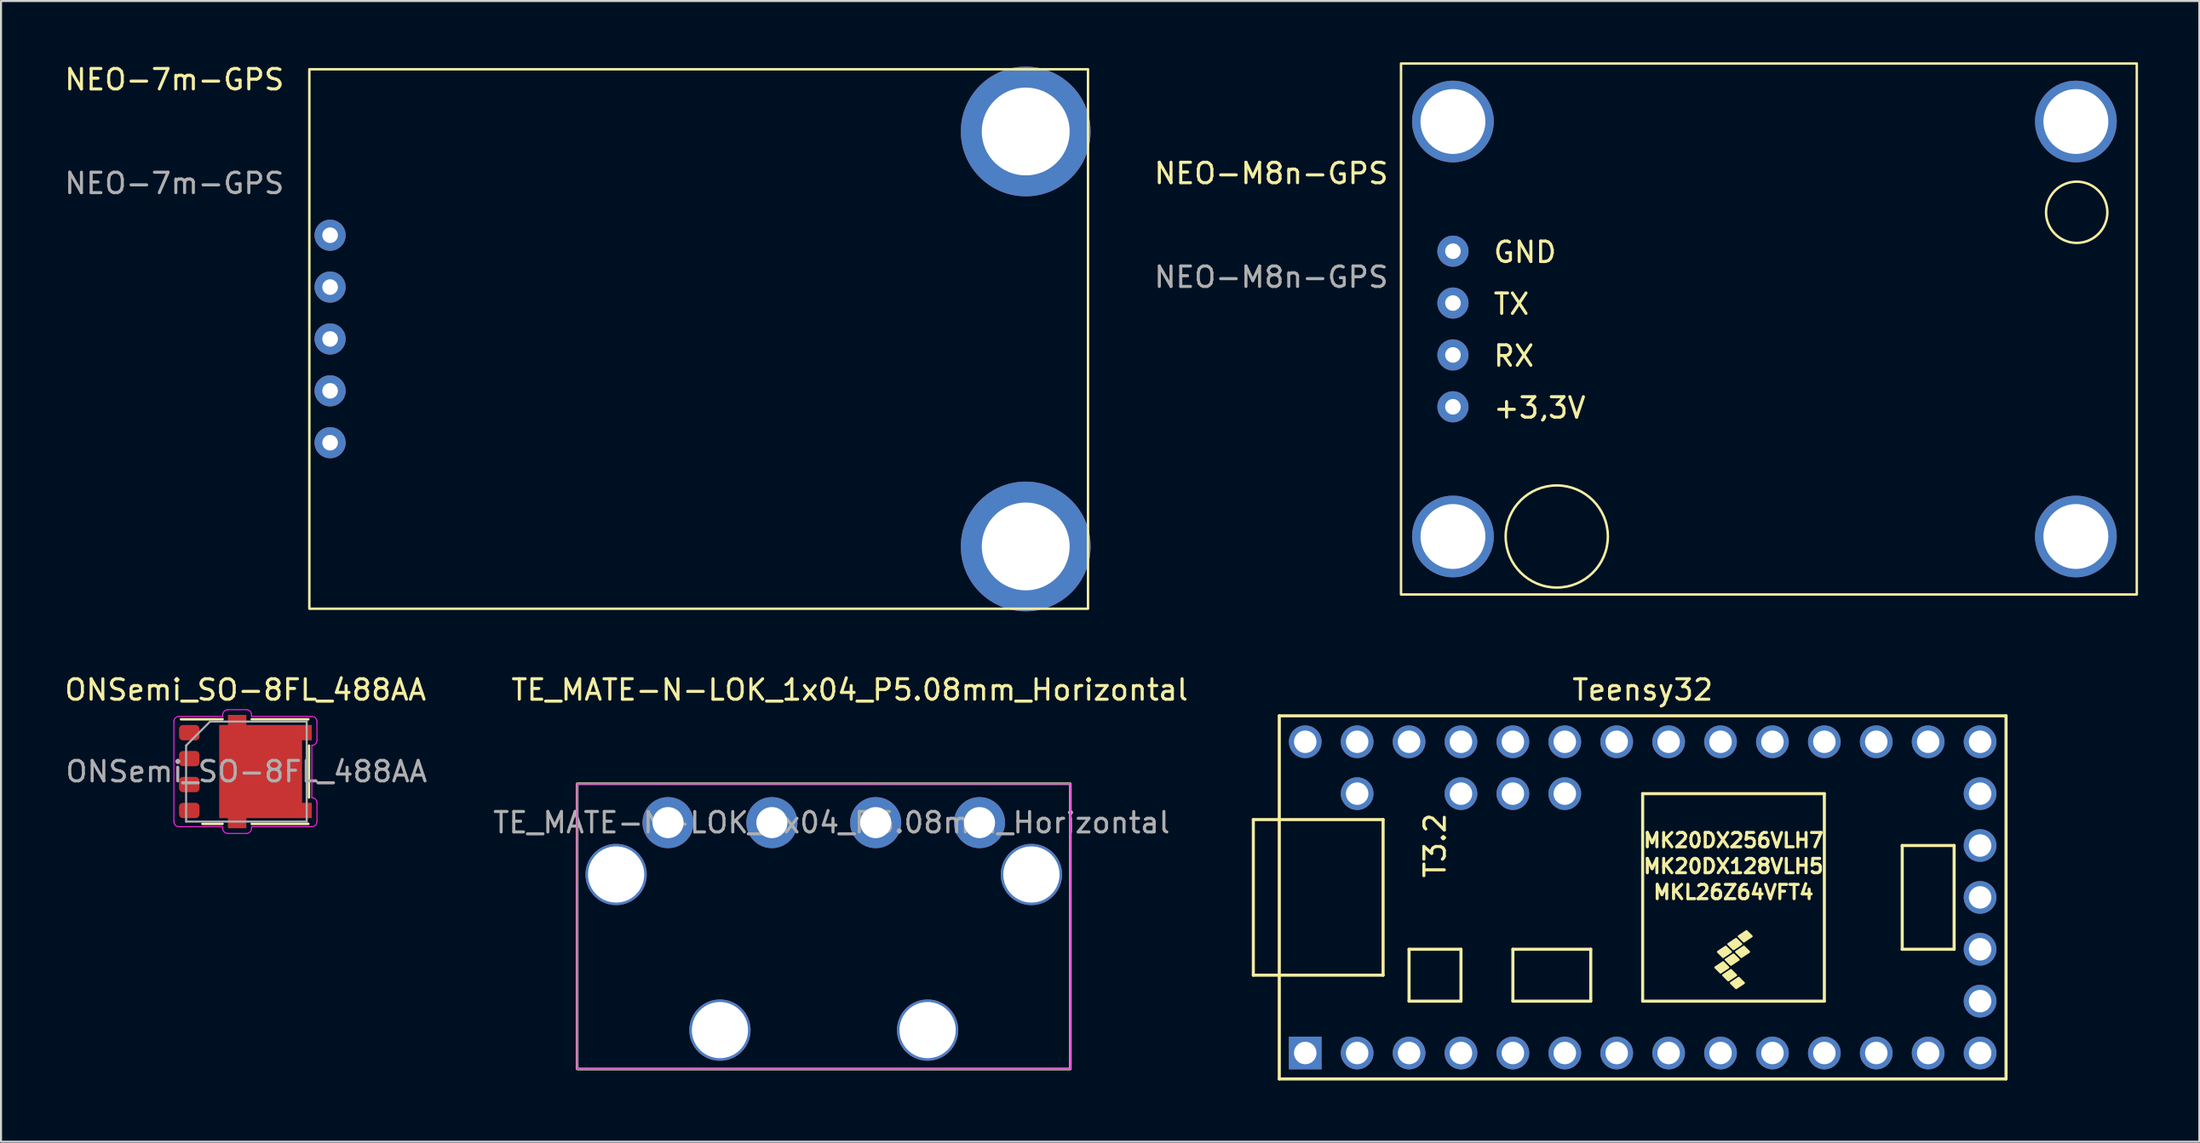
<source format=kicad_pcb>
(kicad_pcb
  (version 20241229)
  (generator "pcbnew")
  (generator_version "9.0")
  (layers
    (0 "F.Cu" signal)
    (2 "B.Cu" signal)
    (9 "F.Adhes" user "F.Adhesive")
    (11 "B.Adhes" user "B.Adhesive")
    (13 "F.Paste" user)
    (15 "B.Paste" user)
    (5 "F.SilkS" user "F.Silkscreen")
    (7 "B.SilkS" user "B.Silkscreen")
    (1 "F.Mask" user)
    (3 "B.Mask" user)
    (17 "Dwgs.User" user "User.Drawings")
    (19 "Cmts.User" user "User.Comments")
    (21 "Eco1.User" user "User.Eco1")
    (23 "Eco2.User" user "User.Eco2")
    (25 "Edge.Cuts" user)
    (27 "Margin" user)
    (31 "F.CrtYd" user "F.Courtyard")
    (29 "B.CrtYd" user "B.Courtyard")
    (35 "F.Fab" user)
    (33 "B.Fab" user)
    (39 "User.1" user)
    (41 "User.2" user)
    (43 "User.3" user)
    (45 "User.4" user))
  (footprint "TE_MATE-N-LOK_1x04_P5.08mm_Horizontal"
    (layer "F.Cu")
    (at 29.637 37.231)
    (property "Reference" "TE_MATE-N-LOK_1x04_P5.08mm_Horizontal" (at 8.89 -6.5 0) (layer "F.SilkS") (effects (font (size 1 1) (thickness 0.15))))
    (attr through_hole)
    (fp_rect (start -4.445 -1.905) (end 19.685 12.065) (stroke (width 0.12) (type solid)) (fill no) (layer "F.SilkS"))
    (fp_line (start -4.445 -1.9) (end -4.445 12.065) (stroke (width 0.05) (type solid)) (layer "F.CrtYd"))
    (fp_line (start -4.445 -1.9) (end 19.685 -1.905) (stroke (width 0.05) (type solid)) (layer "F.CrtYd"))
    (fp_line (start -4.445 12.065) (end 19.685 12.065) (stroke (width 0.05) (type solid)) (layer "F.CrtYd"))
    (fp_line (start 19.685 12.065) (end 19.685 -1.9) (stroke (width 0.05) (type solid)) (layer "F.CrtYd"))
    (fp_rect (start -4.445 -1.905) (end 19.685 12.065) (stroke (width 0.1) (type solid)) (fill no) (layer "F.Fab"))
    (fp_text user "${REFERENCE}" (at 8 0 0) (layer "F.Fab") (effects (font (size 1 1) (thickness 0.15))))
    (pad "1" thru_hole circle (at 0 0) (size 2.5 2.5) (drill 1.52) (layers "*.Cu" "*.Mask"))
    (pad "2" thru_hole circle (at 5.08 0) (size 2.5 2.5) (drill 1.52) (layers "*.Cu" "*.Mask"))
    (pad "3" thru_hole circle (at 10.16 0) (size 2.5 2.5) (drill 1.52) (layers "*.Cu" "*.Mask"))
    (pad "4" thru_hole circle (at 15.24 0) (size 2.5 2.5) (drill 1.52) (layers "*.Cu" "*.Mask"))
    (pad "GND" thru_hole circle (at -2.54 2.54) (size 3 3) (drill 2.75) (layers "*.Cu" "*.Mask"))
    (pad "GND" thru_hole circle (at 2.54 10.16) (size 3 3) (drill 2.75) (layers "*.Cu" "*.Mask"))
    (pad "GND" thru_hole circle (at 12.7 10.16) (size 3 3) (drill 2.75) (layers "*.Cu" "*.Mask"))
    (pad "GND" thru_hole circle (at 17.78 2.54) (size 3 3) (drill 2.75) (layers "*.Cu" "*.Mask")))
  (footprint "NEO-7m-GPS"
    (layer "F.Cu")
    (at 13.102 8.468)
    (property "Reference" "NEO-7m-GPS" (at -7.62 -7.62 0) (unlocked yes) (layer "F.SilkS") (effects (font (size 1 1) (thickness 0.15))))
    (attr through_hole)
    (fp_rect (start -1.016 -8.128) (end 37.084 18.288) (stroke (width 0.12) (type solid)) (fill no) (layer "F.SilkS"))
    (fp_text user "${REFERENCE}" (at -7.62 -2.54 0) (unlocked yes) (layer "F.Fab") (effects (font (size 1 1) (thickness 0.15))))
    (pad "1" thru_hole circle (at 0 0) (size 1.524 1.524) (drill 0.762) (layers "*.Cu" "*.Mask"))
    (pad "2" thru_hole circle (at 0 2.54) (size 1.524 1.524) (drill 0.762) (layers "*.Cu" "*.Mask"))
    (pad "3" thru_hole circle (at 0 5.08) (size 1.524 1.524) (drill 0.762) (layers "*.Cu" "*.Mask"))
    (pad "4" thru_hole circle (at 0 7.62) (size 1.524 1.524) (drill 0.762) (layers "*.Cu" "*.Mask"))
    (pad "5" thru_hole circle (at 0 10.16) (size 1.524 1.524) (drill 0.762) (layers "*.Cu" "*.Mask"))
    (pad "6" thru_hole circle (at 34.036 -5.08) (size 6.35 6.35) (drill 4.3) (layers "*.Cu" "*.Mask"))
    (pad "7" thru_hole circle (at 34.036 15.24) (size 6.35 6.35) (drill 4.3) (layers "*.Cu" "*.Mask")))
  (footprint "Teensy32"
    (layer "F.Cu")
    (at 77.325 40.892)
    (property "Reference" "Teensy32" (at 0 -10.16 0) (layer "F.SilkS") (effects (font (size 1 1) (thickness 0.15))))
    (attr through_hole)
    (fp_line (start -19.05 -3.81) (end -17.78 -3.81) (stroke (width 0.15) (type solid)) (layer "F.SilkS"))
    (fp_line (start -19.05 3.81) (end -19.05 -3.81) (stroke (width 0.15) (type solid)) (layer "F.SilkS"))
    (fp_line (start -17.78 -8.89) (end 17.78 -8.89) (stroke (width 0.15) (type solid)) (layer "F.SilkS"))
    (fp_line (start -17.78 3.81) (end -19.05 3.81) (stroke (width 0.15) (type solid)) (layer "F.SilkS"))
    (fp_line (start -17.78 8.89) (end -17.78 -8.89) (stroke (width 0.15) (type solid)) (layer "F.SilkS"))
    (fp_line (start -12.7 -3.81) (end -17.78 -3.81) (stroke (width 0.15) (type solid)) (layer "F.SilkS"))
    (fp_line (start -12.7 3.81) (end -17.78 3.81) (stroke (width 0.15) (type solid)) (layer "F.SilkS"))
    (fp_line (start -12.7 3.81) (end -12.7 -3.81) (stroke (width 0.15) (type solid)) (layer "F.SilkS"))
    (fp_line (start -11.43 2.54) (end -11.43 5.08) (stroke (width 0.15) (type solid)) (layer "F.SilkS"))
    (fp_line (start -11.43 5.08) (end -8.89 5.08) (stroke (width 0.15) (type solid)) (layer "F.SilkS"))
    (fp_line (start -8.89 2.54) (end -11.43 2.54) (stroke (width 0.15) (type solid)) (layer "F.SilkS"))
    (fp_line (start -8.89 5.08) (end -8.89 2.54) (stroke (width 0.15) (type solid)) (layer "F.SilkS"))
    (fp_line (start -6.35 2.54) (end -6.35 5.08) (stroke (width 0.15) (type solid)) (layer "F.SilkS"))
    (fp_line (start -6.35 5.08) (end -2.54 5.08) (stroke (width 0.15) (type solid)) (layer "F.SilkS"))
    (fp_line (start -2.54 2.54) (end -6.35 2.54) (stroke (width 0.15) (type solid)) (layer "F.SilkS"))
    (fp_line (start -2.54 5.08) (end -2.54 2.54) (stroke (width 0.15) (type solid)) (layer "F.SilkS"))
    (fp_line (start 0 -5.08) (end 0 5.08) (stroke (width 0.15) (type solid)) (layer "F.SilkS"))
    (fp_line (start 8.89 -5.08) (end 0 -5.08) (stroke (width 0.15) (type solid)) (layer "F.SilkS"))
    (fp_line (start 8.89 5.08) (end 0 5.08) (stroke (width 0.15) (type solid)) (layer "F.SilkS"))
    (fp_line (start 8.89 5.08) (end 8.89 -5.08) (stroke (width 0.15) (type solid)) (layer "F.SilkS"))
    (fp_line (start 12.7 -2.54) (end 15.24 -2.54) (stroke (width 0.15) (type solid)) (layer "F.SilkS"))
    (fp_line (start 12.7 2.54) (end 12.7 -2.54) (stroke (width 0.15) (type solid)) (layer "F.SilkS"))
    (fp_line (start 15.24 -2.54) (end 15.24 2.54) (stroke (width 0.15) (type solid)) (layer "F.SilkS"))
    (fp_line (start 15.24 2.54) (end 12.7 2.54) (stroke (width 0.15) (type solid)) (layer "F.SilkS"))
    (fp_line (start 17.78 -8.89) (end 17.78 8.89) (stroke (width 0.15) (type solid)) (layer "F.SilkS"))
    (fp_line (start 17.78 8.89) (end -17.78 8.89) (stroke (width 0.15) (type solid)) (layer "F.SilkS"))
    (fp_poly (pts (xy 3.81 3.683) (xy 3.556 3.429) (xy 3.937 3.175) (xy 4.191 3.429)) (stroke (width 0.1) (type solid)) (fill yes) (layer "F.SilkS"))
    (fp_poly (pts (xy 3.937 2.921) (xy 3.683 2.667) (xy 4.064 2.413) (xy 4.318 2.667)) (stroke (width 0.1) (type solid)) (fill yes) (layer "F.SilkS"))
    (fp_poly (pts (xy 4.191 4.064) (xy 3.937 3.81) (xy 4.318 3.556) (xy 4.572 3.81)) (stroke (width 0.1) (type solid)) (fill yes) (layer "F.SilkS"))
    (fp_poly (pts (xy 4.318 3.302) (xy 4.064 3.048) (xy 4.445 2.794) (xy 4.699 3.048)) (stroke (width 0.1) (type solid)) (fill yes) (layer "F.SilkS"))
    (fp_poly (pts (xy 4.445 2.54) (xy 4.191 2.286) (xy 4.572 2.032) (xy 4.826 2.286)) (stroke (width 0.1) (type solid)) (fill yes) (layer "F.SilkS"))
    (fp_poly (pts (xy 4.572 4.445) (xy 4.318 4.191) (xy 4.699 3.937) (xy 4.953 4.191)) (stroke (width 0.1) (type solid)) (fill yes) (layer "F.SilkS"))
    (fp_poly (pts (xy 4.826 2.921) (xy 4.572 2.667) (xy 4.953 2.413) (xy 5.207 2.667)) (stroke (width 0.1) (type solid)) (fill yes) (layer "F.SilkS"))
    (fp_poly (pts (xy 4.953 2.159) (xy 4.699 1.905) (xy 5.08 1.651) (xy 5.334 1.905)) (stroke (width 0.1) (type solid)) (fill yes) (layer "F.SilkS"))
    (fp_text user "MK20DX256VLH7" (at 4.445 -2.794 0) (layer "F.SilkS") (effects (font (size 0.7 0.7) (thickness 0.15))))
    (fp_text user "MKL26Z64VFT4" (at 4.445 -0.254 0) (layer "F.SilkS") (effects (font (size 0.7 0.7) (thickness 0.15))))
    (fp_text user "MK20DX128VLH5" (at 4.445 -1.524 0) (layer "F.SilkS") (effects (font (size 0.7 0.7) (thickness 0.15))))
    (fp_text user "T3.2" (at -10.16 -2.54 90) (layer "F.SilkS") (effects (font (size 1 1) (thickness 0.15))))
    (pad "1" thru_hole rect (at -16.51 7.62) (size 1.6 1.6) (drill 1.1) (layers "*.Cu" "*.Mask"))
    (pad "2" thru_hole circle (at -13.97 7.62) (size 1.6 1.6) (drill 1.1) (layers "*.Cu" "*.Mask"))
    (pad "3" thru_hole circle (at -11.43 7.62) (size 1.6 1.6) (drill 1.1) (layers "*.Cu" "*.Mask"))
    (pad "4" thru_hole circle (at -8.89 7.62) (size 1.6 1.6) (drill 1.1) (layers "*.Cu" "*.Mask"))
    (pad "5" thru_hole circle (at -6.35 7.62) (size 1.6 1.6) (drill 1.1) (layers "*.Cu" "*.Mask"))
    (pad "6" thru_hole circle (at -3.81 7.62) (size 1.6 1.6) (drill 1.1) (layers "*.Cu" "*.Mask"))
    (pad "7" thru_hole circle (at -1.27 7.62) (size 1.6 1.6) (drill 1.1) (layers "*.Cu" "*.Mask"))
    (pad "8" thru_hole circle (at 1.27 7.62) (size 1.6 1.6) (drill 1.1) (layers "*.Cu" "*.Mask"))
    (pad "9" thru_hole circle (at 3.81 7.62) (size 1.6 1.6) (drill 1.1) (layers "*.Cu" "*.Mask"))
    (pad "10" thru_hole circle (at 6.35 7.62) (size 1.6 1.6) (drill 1.1) (layers "*.Cu" "*.Mask"))
    (pad "11" thru_hole circle (at 8.89 7.62) (size 1.6 1.6) (drill 1.1) (layers "*.Cu" "*.Mask"))
    (pad "12" thru_hole circle (at 11.43 7.62) (size 1.6 1.6) (drill 1.1) (layers "*.Cu" "*.Mask"))
    (pad "13" thru_hole circle (at 13.97 7.62) (size 1.6 1.6) (drill 1.1) (layers "*.Cu" "*.Mask"))
    (pad "14" thru_hole circle (at 16.51 7.62) (size 1.6 1.6) (drill 1.1) (layers "*.Cu" "*.Mask"))
    (pad "15" thru_hole circle (at 16.51 5.08) (size 1.6 1.6) (drill 1.1) (layers "*.Cu" "*.Mask"))
    (pad "16" thru_hole circle (at 16.51 2.54) (size 1.6 1.6) (drill 1.1) (layers "*.Cu" "*.Mask"))
    (pad "17" thru_hole circle (at 16.51 0) (size 1.6 1.6) (drill 1.1) (layers "*.Cu" "*.Mask"))
    (pad "18" thru_hole circle (at 16.51 -2.54) (size 1.6 1.6) (drill 1.1) (layers "*.Cu" "*.Mask"))
    (pad "19" thru_hole circle (at 16.51 -5.08) (size 1.6 1.6) (drill 1.1) (layers "*.Cu" "*.Mask"))
    (pad "20" thru_hole circle (at 16.51 -7.62) (size 1.6 1.6) (drill 1.1) (layers "*.Cu" "*.Mask"))
    (pad "21" thru_hole circle (at 13.97 -7.62) (size 1.6 1.6) (drill 1.1) (layers "*.Cu" "*.Mask"))
    (pad "22" thru_hole circle (at 11.43 -7.62) (size 1.6 1.6) (drill 1.1) (layers "*.Cu" "*.Mask"))
    (pad "23" thru_hole circle (at 8.89 -7.62) (size 1.6 1.6) (drill 1.1) (layers "*.Cu" "*.Mask"))
    (pad "24" thru_hole circle (at 6.35 -7.62) (size 1.6 1.6) (drill 1.1) (layers "*.Cu" "*.Mask"))
    (pad "25" thru_hole circle (at 3.81 -7.62) (size 1.6 1.6) (drill 1.1) (layers "*.Cu" "*.Mask"))
    (pad "26" thru_hole circle (at 1.27 -7.62) (size 1.6 1.6) (drill 1.1) (layers "*.Cu" "*.Mask"))
    (pad "27" thru_hole circle (at -1.27 -7.62) (size 1.6 1.6) (drill 1.1) (layers "*.Cu" "*.Mask"))
    (pad "28" thru_hole circle (at -3.81 -7.62) (size 1.6 1.6) (drill 1.1) (layers "*.Cu" "*.Mask"))
    (pad "29" thru_hole circle (at -6.35 -7.62) (size 1.6 1.6) (drill 1.1) (layers "*.Cu" "*.Mask"))
    (pad "30" thru_hole circle (at -8.89 -7.62) (size 1.6 1.6) (drill 1.1) (layers "*.Cu" "*.Mask"))
    (pad "31" thru_hole circle (at -11.43 -7.62) (size 1.6 1.6) (drill 1.1) (layers "*.Cu" "*.Mask"))
    (pad "32" thru_hole circle (at -13.97 -7.62) (size 1.6 1.6) (drill 1.1) (layers "*.Cu" "*.Mask"))
    (pad "33" thru_hole circle (at -16.51 -7.62) (size 1.6 1.6) (drill 1.1) (layers "*.Cu" "*.Mask"))
    (pad "34" thru_hole circle (at -13.97 -5.08) (size 1.6 1.6) (drill 1.1) (layers "*.Cu" "*.Mask"))
    (pad "35" thru_hole circle (at -8.89 -5.08) (size 1.6 1.6) (drill 1.1) (layers "*.Cu" "*.Mask"))
    (pad "36" thru_hole circle (at -6.35 -5.08) (size 1.6 1.6) (drill 1.1) (layers "*.Cu" "*.Mask"))
    (pad "37" thru_hole circle (at -3.81 -5.08) (size 1.6 1.6) (drill 1.1) (layers "*.Cu" "*.Mask")))
  (footprint "ONSemi_SO-8FL_488AA"
    (layer "F.Cu")
    (at 8.958 34.731)
    (property "Reference" "ONSemi_SO-8FL_488AA" (at 0 -4 0) (layer "F.SilkS") (effects (font (size 1 1) (thickness 0.15))))
    (attr smd)
    (fp_line (start -1.118 -2.56) (end -3.152 -2.56) (stroke (width 0.12) (type solid)) (layer "F.SilkS"))
    (fp_line (start -1.118 2.56) (end -2.103 2.56) (stroke (width 0.12) (type solid)) (layer "F.SilkS"))
    (fp_line (start 3.078 -2.56) (end 0.308 -2.56) (stroke (width 0.12) (type solid)) (layer "F.SilkS"))
    (fp_line (start 3.078 2.56) (end 0.308 2.56) (stroke (width 0.12) (type solid)) (layer "F.SilkS"))
    (fp_line (start 3.108 -1.27) (end 3.108 1.27) (stroke (width 0.12) (type solid)) (layer "F.SilkS"))
    (fp_line (start -3.5 2.45) (end -3.5 -2.45) (stroke (width 0.05) (type solid)) (layer "F.CrtYd"))
    (fp_line (start -3.25 -2.7) (end -1.11 -2.7) (stroke (width 0.05) (type solid)) (layer "F.CrtYd"))
    (fp_line (start -3.25 2.7) (end -1.11 2.7) (stroke (width 0.05) (type solid)) (layer "F.CrtYd"))
    (fp_line (start -1.11 -2.78) (end -1.11 -2.7) (stroke (width 0.05) (type solid)) (layer "F.CrtYd"))
    (fp_line (start -1.11 2.7) (end -1.11 2.78) (stroke (width 0.05) (type solid)) (layer "F.CrtYd"))
    (fp_line (start -0.86 -3.03) (end 0.05 -3.03) (stroke (width 0.05) (type solid)) (layer "F.CrtYd"))
    (fp_line (start -0.86 3.03) (end 0.05 3.03) (stroke (width 0.05) (type solid)) (layer "F.CrtYd"))
    (fp_line (start 0.3 -2.7) (end 0.3 -2.78) (stroke (width 0.05) (type solid)) (layer "F.CrtYd"))
    (fp_line (start 0.3 -2.7) (end 3.25 -2.7) (stroke (width 0.05) (type solid)) (layer "F.CrtYd"))
    (fp_line (start 0.3 2.7) (end 3.25 2.7) (stroke (width 0.05) (type solid)) (layer "F.CrtYd"))
    (fp_line (start 0.3 2.78) (end 0.3 2.7) (stroke (width 0.05) (type solid)) (layer "F.CrtYd"))
    (fp_line (start 3.25 1.28) (end 3.25 -1.28) (stroke (width 0.05) (type solid)) (layer "F.CrtYd"))
    (fp_line (start 3.5 -1.53) (end 3.5 -2.45) (stroke (width 0.05) (type solid)) (layer "F.CrtYd"))
    (fp_line (start 3.5 2.45) (end 3.5 1.53) (stroke (width 0.05) (type solid)) (layer "F.CrtYd"))
    (fp_arc (start -3.5 -2.45) (mid -3.426777 -2.626777) (end -3.25 -2.7) (stroke (width 0.05) (type solid)) (layer "F.CrtYd"))
    (fp_arc (start -3.25 2.7) (mid -3.426777 2.626777) (end -3.5 2.45) (stroke (width 0.05) (type solid)) (layer "F.CrtYd"))
    (fp_arc (start -1.11 -2.78) (mid -1.036777 -2.956777) (end -0.86 -3.03) (stroke (width 0.05) (type solid)) (layer "F.CrtYd"))
    (fp_arc (start -0.86 3.03) (mid -1.036777 2.956777) (end -1.11 2.78) (stroke (width 0.05) (type solid)) (layer "F.CrtYd"))
    (fp_arc (start 0.05 -3.03) (mid 0.226777 -2.956777) (end 0.3 -2.78) (stroke (width 0.05) (type solid)) (layer "F.CrtYd"))
    (fp_arc (start 0.3 2.78) (mid 0.226777 2.956777) (end 0.05 3.03) (stroke (width 0.05) (type solid)) (layer "F.CrtYd"))
    (fp_arc (start 3.25 -2.7) (mid 3.426777 -2.626777) (end 3.5 -2.45) (stroke (width 0.05) (type solid)) (layer "F.CrtYd"))
    (fp_arc (start 3.25 1.28) (mid 3.426777 1.353223) (end 3.5 1.53) (stroke (width 0.05) (type solid)) (layer "F.CrtYd"))
    (fp_arc (start 3.5 -1.53) (mid 3.426777 -1.353223) (end 3.25 -1.28) (stroke (width 0.05) (type solid)) (layer "F.CrtYd"))
    (fp_arc (start 3.5 2.45) (mid 3.426777 2.626777) (end 3.25 2.7) (stroke (width 0.05) (type solid)) (layer "F.CrtYd"))
    (fp_line (start -2.902 -1.275) (end -2.902 2.45) (stroke (width 0.1) (type solid)) (layer "F.Fab"))
    (fp_line (start -1.727 -2.45) (end -2.902 -1.275) (stroke (width 0.1) (type solid)) (layer "F.Fab"))
    (fp_line (start 2.998 -2.45) (end -1.727 -2.45) (stroke (width 0.1) (type solid)) (layer "F.Fab"))
    (fp_line (start 2.998 -2.45) (end 2.998 2.45) (stroke (width 0.1) (type solid)) (layer "F.Fab"))
    (fp_line (start 2.998 2.45) (end -2.902 2.45) (stroke (width 0.1) (type solid)) (layer "F.Fab"))
    (fp_text user "${REFERENCE}" (at 0.048 0 0) (layer "F.Fab") (effects (font (size 1 1) (thickness 0.15))))
    (pad "1" smd roundrect (at -2.747 1.905) (size 1 0.75) (layers "F.Cu" "F.Mask" "F.Paste") (roundrect_rratio 0.25))
    (pad "2" smd custom (at 0.745 0) (size 4.055 4.56) (layers "F.Cu" "F.Mask" "F.Paste") (options (anchor rect)) (primitives (gr_poly (pts (xy -0.698 -2.28) (xy 2.502 -2.28) (xy 2.502 -1.53) (xy 1.905 -1.53) (xy 1.905 1.53) (xy 2.502 1.53) (xy 2.502 2.28) (xy -0.698 2.28) (xy -0.698 2.775) (xy -1.603 2.775) (xy -1.603 -2.775) (xy -0.698 -2.775)) (width 0) (fill yes))))
    (pad "3" smd roundrect (at -2.747 -1.905) (size 1 0.75) (layers "F.Cu" "F.Mask" "F.Paste") (roundrect_rratio 0.25))
    (pad "3" smd roundrect (at -2.747 -0.635) (size 1 0.75) (layers "F.Cu" "F.Mask" "F.Paste") (roundrect_rratio 0.25))
    (pad "3" smd roundrect (at -2.747 0.635) (size 1 0.75) (layers "F.Cu" "F.Mask" "F.Paste") (roundrect_rratio 0.25)))
  (footprint "NEO-M8n-GPS"
    (layer "F.Cu")
    (at 66.772 13.06)
    (property "Reference" "NEO-M8n-GPS" (at -7.62 -7.62 0) (unlocked yes) (layer "F.SilkS") (effects (font (size 1 1) (thickness 0.15))))
    (attr through_hole)
    (fp_rect (start -1.27 -13) (end 34.73 13) (stroke (width 0.12) (type solid)) (fill no) (layer "F.SilkS"))
    (fp_circle (center 6.35 10.16) (end 8.85 10.16) (stroke (width 0.12) (type default)) (fill no) (layer "F.SilkS"))
    (fp_circle (center 31.79 -5.715) (end 33.29 -5.715) (stroke (width 0.12) (type default)) (fill no) (layer "F.SilkS"))
    (fp_text user "TX" (at 3.175 -0.635 0) (unlocked yes) (layer "F.SilkS") (effects (font (size 1 1) (thickness 0.15)) (justify left bottom)))
    (fp_text user "RX" (at 3.175 1.905 0) (unlocked yes) (layer "F.SilkS") (effects (font (size 1 1) (thickness 0.15)) (justify left bottom)))
    (fp_text user "GND" (at 3.175 -3.175 0) (unlocked yes) (layer "F.SilkS") (effects (font (size 1 1) (thickness 0.15)) (justify left bottom)))
    (fp_text user "+3,3V" (at 3.175 4.445 0) (unlocked yes) (layer "F.SilkS") (effects (font (size 1 1) (thickness 0.15)) (justify left bottom)))
    (fp_text user "${REFERENCE}" (at -7.62 -2.54 0) (unlocked yes) (layer "F.Fab") (effects (font (size 1 1) (thickness 0.15))))
    (pad "1" thru_hole circle (at 1.27 -3.81) (size 1.524 1.524) (drill 0.762) (layers "*.Cu" "*.Mask"))
    (pad "2" thru_hole circle (at 1.27 -1.27) (size 1.524 1.524) (drill 0.762) (layers "*.Cu" "*.Mask"))
    (pad "3" thru_hole circle (at 1.27 1.27) (size 1.524 1.524) (drill 0.762) (layers "*.Cu" "*.Mask"))
    (pad "4" thru_hole circle (at 1.27 3.81) (size 1.524 1.524) (drill 0.762) (layers "*.Cu" "*.Mask"))
    (pad "5" thru_hole circle (at 1.27 -10.16) (size 4 4) (drill 3.175) (layers "*.Cu" "*.Mask"))
    (pad "5" thru_hole circle (at 1.27 10.16) (size 4 4) (drill 3.175) (layers "*.Cu" "*.Mask"))
    (pad "5" thru_hole circle (at 31.75 -10.16) (size 4 4) (drill 3.175) (layers "*.Cu" "*.Mask"))
    (pad "5" thru_hole circle (at 31.75 10.16) (size 4 4) (drill 3.175) (layers "*.Cu" "*.Mask")))
  (gr_rect
    (start -3 -3)
    (end 104.562 52.856)
    (stroke (width 0.1) (type default))
    (fill no)
    (layer "Edge.Cuts")))
</source>
